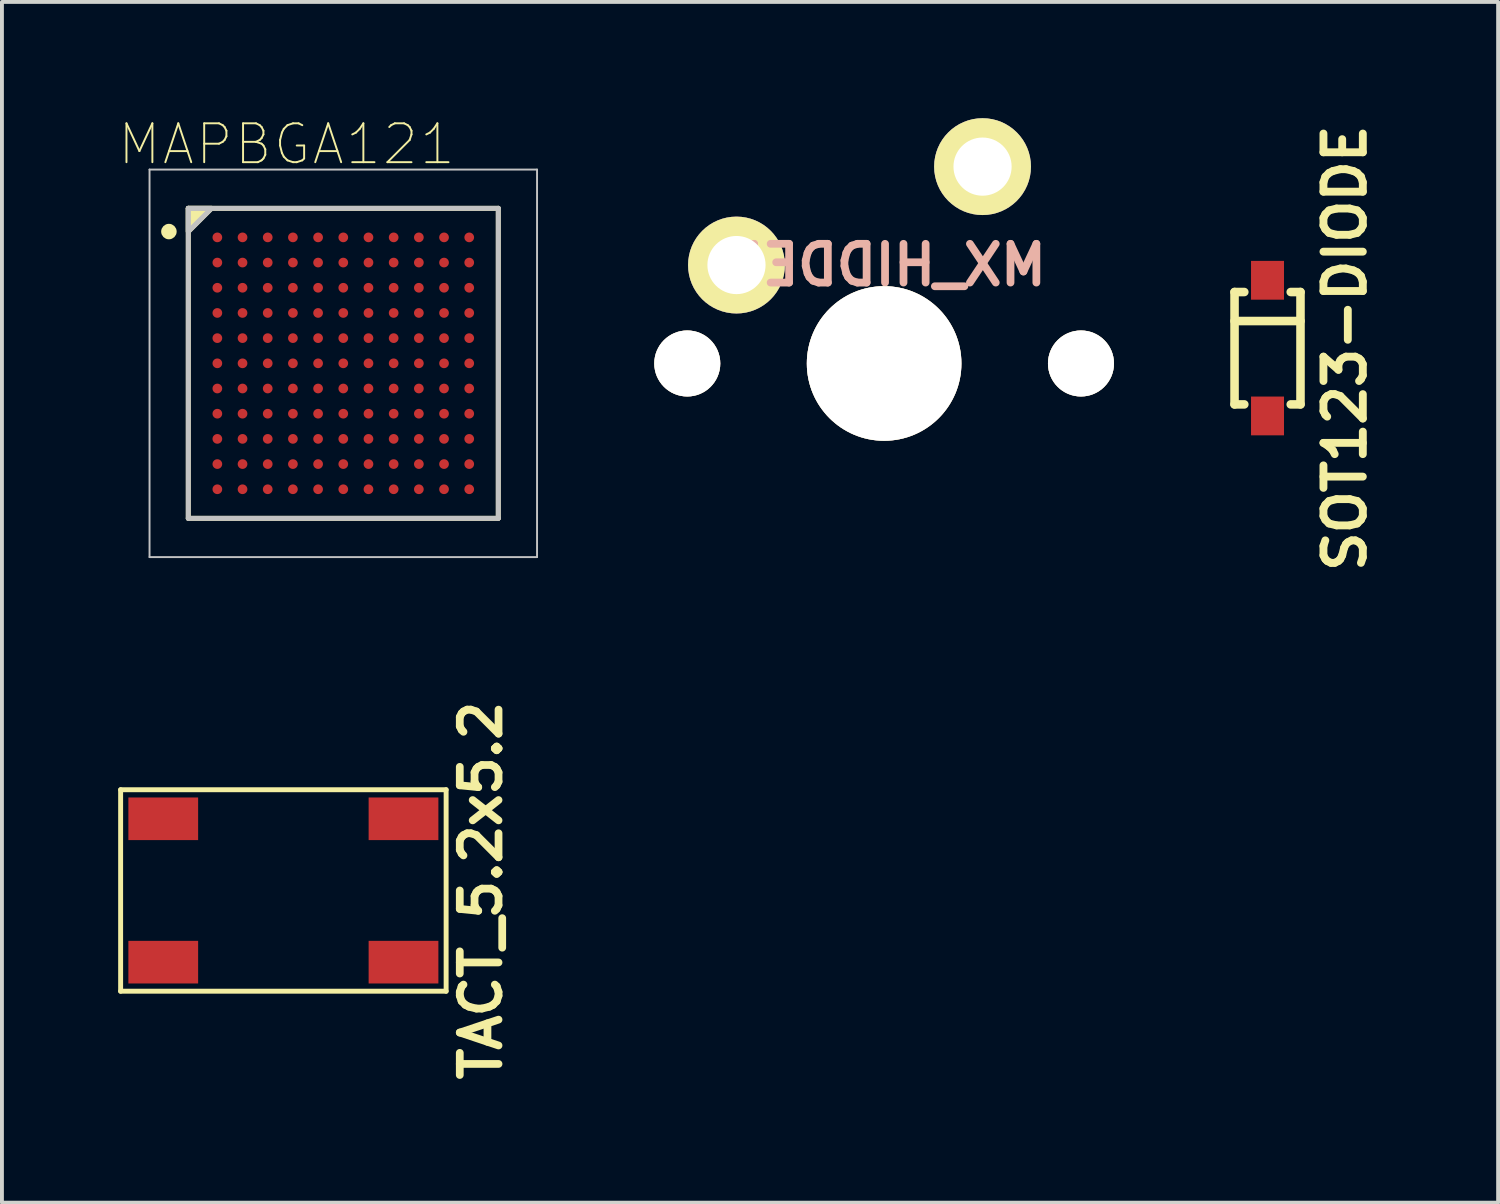
<source format=kicad_pcb>
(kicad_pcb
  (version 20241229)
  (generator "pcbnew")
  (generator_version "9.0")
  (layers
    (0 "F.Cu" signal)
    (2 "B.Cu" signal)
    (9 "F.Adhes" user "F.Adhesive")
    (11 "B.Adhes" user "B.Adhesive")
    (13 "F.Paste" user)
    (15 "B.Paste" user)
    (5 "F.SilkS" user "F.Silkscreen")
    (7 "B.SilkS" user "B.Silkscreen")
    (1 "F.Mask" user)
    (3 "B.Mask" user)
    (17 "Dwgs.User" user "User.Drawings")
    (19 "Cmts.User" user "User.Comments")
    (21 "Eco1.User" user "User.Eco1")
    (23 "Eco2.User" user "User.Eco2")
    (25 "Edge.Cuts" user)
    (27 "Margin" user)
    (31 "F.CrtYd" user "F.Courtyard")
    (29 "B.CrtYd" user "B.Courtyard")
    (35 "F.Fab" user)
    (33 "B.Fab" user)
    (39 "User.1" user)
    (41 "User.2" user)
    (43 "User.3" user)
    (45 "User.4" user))
  (footprint "SOT123-DIODE"
    (layer "F.Cu")
    (at 29.66 5.936)
    (property "Reference" "SOT123-DIODE" (at 2 0 90) (layer "F.SilkS") (effects (font (size 1.016 1.016) (thickness 0.203))))
    (attr through_hole)
    (fp_line (start -0.851 -1.45) (end -0.599 -1.45) (stroke (width 0.221) (type solid)) (layer "F.SilkS"))
    (fp_line (start -0.851 -0.701) (end 0.851 -0.701) (stroke (width 0.221) (type solid)) (layer "F.SilkS"))
    (fp_line (start -0.851 1.45) (end -0.851 -1.45) (stroke (width 0.221) (type solid)) (layer "F.SilkS"))
    (fp_line (start -0.851 1.45) (end -0.599 1.45) (stroke (width 0.221) (type solid)) (layer "F.SilkS"))
    (fp_line (start 0.851 -1.45) (end 0.599 -1.45) (stroke (width 0.221) (type solid)) (layer "F.SilkS"))
    (fp_line (start 0.851 1.45) (end 0.599 1.45) (stroke (width 0.221) (type solid)) (layer "F.SilkS"))
    (fp_line (start 0.851 1.45) (end 0.851 -1.45) (stroke (width 0.221) (type solid)) (layer "F.SilkS"))
    (pad "1" smd rect (at 0 1.748 270) (size 1.001 0.851) (layers "F.Cu" "F.Mask" "F.Paste"))
    (pad "2" smd rect (at 0 -1.753 270) (size 1.001 0.851) (layers "F.Cu" "F.Mask" "F.Paste")))
  (footprint "MX_HIDDEN"
    (layer "F.Cu")
    (at 19.766 6.33)
    (property "Reference" "MX_HIDDEN" (at 0 -2.54 0) (layer "B.SilkS") (effects (font (size 1 1) (thickness 0.2)) (justify mirror)))
    (attr through_hole)
    (pad "" np_thru_hole circle (at -5.08 0) (size 1.704 1.704) (drill 1.702) (layers "*.Cu" "*.Mask" "F.SilkS"))
    (pad "" np_thru_hole circle (at 0 0) (size 3.99 3.99) (drill 3.988) (layers "*.Cu" "*.Mask" "F.SilkS"))
    (pad "" np_thru_hole circle (at 5.08 0) (size 1.704 1.704) (drill 1.702) (layers "*.Cu" "*.Mask" "F.SilkS"))
    (pad "1" thru_hole circle (at -3.81 -2.54) (size 2.499 2.499) (drill 1.501) (layers "*.Cu" "*.Mask" "F.SilkS"))
    (pad "2" thru_hole circle (at 2.54 -5.08) (size 2.499 2.499) (drill 1.501) (layers "*.Cu" "*.Mask" "F.SilkS")))
  (footprint "MAPBGA121"
    (layer "F.Cu")
    (at 5.809 6.326)
    (property "Reference" "MAPBGA121" (at -1.464 -5.652 0) (layer "F.SilkS") (effects (font (size 1.003 1.003) (thickness 0.05))))
    (attr smd)
    (fp_line (start -4 -4) (end 4 -4) (stroke (width 0.127) (type solid)) (layer "F.SilkS"))
    (fp_line (start -4 4) (end -4 -4) (stroke (width 0.127) (type solid)) (layer "F.SilkS"))
    (fp_line (start 4 -4) (end 4 4) (stroke (width 0.127) (type solid)) (layer "F.SilkS"))
    (fp_line (start 4 4) (end -4 4) (stroke (width 0.127) (type solid)) (layer "F.SilkS"))
    (fp_circle (center -4.5 -3.4) (end -4.4 -3.4) (stroke (width 0.2) (type solid)) (fill no) (layer "F.SilkS"))
    (fp_poly (pts (xy -4 -3.4) (xy -3.4 -4) (xy -4 -4)) (stroke (width 0.127) (type solid)) (fill yes) (layer "F.SilkS"))
    (fp_line (start -5 -5) (end 5 -5) (stroke (width 0.05) (type solid)) (layer "Dwgs.User"))
    (fp_line (start -5 5) (end -5 -5) (stroke (width 0.05) (type solid)) (layer "Dwgs.User"))
    (fp_line (start -4 -4) (end 4 -4) (stroke (width 0.127) (type solid)) (layer "Dwgs.User"))
    (fp_line (start -4 4) (end -4 -4) (stroke (width 0.127) (type solid)) (layer "Dwgs.User"))
    (fp_line (start 4 -4) (end 4 4) (stroke (width 0.127) (type solid)) (layer "Dwgs.User"))
    (fp_line (start 4 4) (end -4 4) (stroke (width 0.127) (type solid)) (layer "Dwgs.User"))
    (fp_line (start 5 -5) (end 5 5) (stroke (width 0.05) (type solid)) (layer "Dwgs.User"))
    (fp_line (start 5 5) (end -5 5) (stroke (width 0.05) (type solid)) (layer "Dwgs.User"))
    (fp_poly (pts (xy -3.4 -4) (xy -4 -3.4) (xy -4 -4)) (stroke (width 0.127) (type solid)) (fill no) (layer "Dwgs.User"))
    (pad "A1" smd circle (at -3.25 -3.25) (size 0.25 0.25) (layers "F.Cu" "F.Mask" "F.Paste"))
    (pad "A2" smd circle (at -2.6 -3.25) (size 0.25 0.25) (layers "F.Cu" "F.Mask" "F.Paste"))
    (pad "A3" smd circle (at -1.95 -3.25) (size 0.25 0.25) (layers "F.Cu" "F.Mask" "F.Paste"))
    (pad "A4" smd circle (at -1.3 -3.25) (size 0.25 0.25) (layers "F.Cu" "F.Mask" "F.Paste"))
    (pad "A5" smd circle (at -0.65 -3.25) (size 0.25 0.25) (layers "F.Cu" "F.Mask" "F.Paste"))
    (pad "A6" smd circle (at 0 -3.25) (size 0.25 0.25) (layers "F.Cu" "F.Mask" "F.Paste"))
    (pad "A7" smd circle (at 0.65 -3.25) (size 0.25 0.25) (layers "F.Cu" "F.Mask" "F.Paste"))
    (pad "A8" smd circle (at 1.3 -3.25) (size 0.25 0.25) (layers "F.Cu" "F.Mask" "F.Paste"))
    (pad "A9" smd circle (at 1.95 -3.25) (size 0.25 0.25) (layers "F.Cu" "F.Mask" "F.Paste"))
    (pad "A10" smd circle (at 2.6 -3.25) (size 0.25 0.25) (layers "F.Cu" "F.Mask" "F.Paste"))
    (pad "A11" smd circle (at 3.25 -3.25) (size 0.25 0.25) (layers "F.Cu" "F.Mask" "F.Paste"))
    (pad "B1" smd circle (at -3.25 -2.6) (size 0.25 0.25) (layers "F.Cu" "F.Mask" "F.Paste"))
    (pad "B2" smd circle (at -2.6 -2.6) (size 0.25 0.25) (layers "F.Cu" "F.Mask" "F.Paste"))
    (pad "B3" smd circle (at -1.95 -2.6) (size 0.25 0.25) (layers "F.Cu" "F.Mask" "F.Paste"))
    (pad "B4" smd circle (at -1.3 -2.6) (size 0.25 0.25) (layers "F.Cu" "F.Mask" "F.Paste"))
    (pad "B5" smd circle (at -0.65 -2.6) (size 0.25 0.25) (layers "F.Cu" "F.Mask" "F.Paste"))
    (pad "B6" smd circle (at 0 -2.6) (size 0.25 0.25) (layers "F.Cu" "F.Mask" "F.Paste"))
    (pad "B7" smd circle (at 0.65 -2.6) (size 0.25 0.25) (layers "F.Cu" "F.Mask" "F.Paste"))
    (pad "B8" smd circle (at 1.3 -2.6) (size 0.25 0.25) (layers "F.Cu" "F.Mask" "F.Paste"))
    (pad "B9" smd circle (at 1.95 -2.6) (size 0.25 0.25) (layers "F.Cu" "F.Mask" "F.Paste"))
    (pad "B10" smd circle (at 2.6 -2.6) (size 0.25 0.25) (layers "F.Cu" "F.Mask" "F.Paste"))
    (pad "B11" smd circle (at 3.25 -2.6) (size 0.25 0.25) (layers "F.Cu" "F.Mask" "F.Paste"))
    (pad "C1" smd circle (at -3.25 -1.95) (size 0.25 0.25) (layers "F.Cu" "F.Mask" "F.Paste"))
    (pad "C2" smd circle (at -2.6 -1.95) (size 0.25 0.25) (layers "F.Cu" "F.Mask" "F.Paste"))
    (pad "C3" smd circle (at -1.95 -1.95) (size 0.25 0.25) (layers "F.Cu" "F.Mask" "F.Paste"))
    (pad "C4" smd circle (at -1.3 -1.95) (size 0.25 0.25) (layers "F.Cu" "F.Mask" "F.Paste"))
    (pad "C5" smd circle (at -0.65 -1.95) (size 0.25 0.25) (layers "F.Cu" "F.Mask" "F.Paste"))
    (pad "C6" smd circle (at 0 -1.95) (size 0.25 0.25) (layers "F.Cu" "F.Mask" "F.Paste"))
    (pad "C7" smd circle (at 0.65 -1.95) (size 0.25 0.25) (layers "F.Cu" "F.Mask" "F.Paste"))
    (pad "C8" smd circle (at 1.3 -1.95) (size 0.25 0.25) (layers "F.Cu" "F.Mask" "F.Paste"))
    (pad "C9" smd circle (at 1.95 -1.95) (size 0.25 0.25) (layers "F.Cu" "F.Mask" "F.Paste"))
    (pad "C10" smd circle (at 2.6 -1.95) (size 0.25 0.25) (layers "F.Cu" "F.Mask" "F.Paste"))
    (pad "C11" smd circle (at 3.25 -1.95) (size 0.25 0.25) (layers "F.Cu" "F.Mask" "F.Paste"))
    (pad "D1" smd circle (at -3.25 -1.3) (size 0.25 0.25) (layers "F.Cu" "F.Mask" "F.Paste"))
    (pad "D2" smd circle (at -2.6 -1.3) (size 0.25 0.25) (layers "F.Cu" "F.Mask" "F.Paste"))
    (pad "D3" smd circle (at -1.95 -1.3) (size 0.25 0.25) (layers "F.Cu" "F.Mask" "F.Paste"))
    (pad "D4" smd circle (at -1.3 -1.3) (size 0.25 0.25) (layers "F.Cu" "F.Mask" "F.Paste"))
    (pad "D5" smd circle (at -0.65 -1.3) (size 0.25 0.25) (layers "F.Cu" "F.Mask" "F.Paste"))
    (pad "D6" smd circle (at 0 -1.3) (size 0.25 0.25) (layers "F.Cu" "F.Mask" "F.Paste"))
    (pad "D7" smd circle (at 0.65 -1.3) (size 0.25 0.25) (layers "F.Cu" "F.Mask" "F.Paste"))
    (pad "D8" smd circle (at 1.3 -1.3) (size 0.25 0.25) (layers "F.Cu" "F.Mask" "F.Paste"))
    (pad "D9" smd circle (at 1.95 -1.3) (size 0.25 0.25) (layers "F.Cu" "F.Mask" "F.Paste"))
    (pad "D10" smd circle (at 2.6 -1.3) (size 0.25 0.25) (layers "F.Cu" "F.Mask" "F.Paste"))
    (pad "D11" smd circle (at 3.25 -1.3) (size 0.25 0.25) (layers "F.Cu" "F.Mask" "F.Paste"))
    (pad "E1" smd circle (at -3.25 -0.65) (size 0.25 0.25) (layers "F.Cu" "F.Mask" "F.Paste"))
    (pad "E2" smd circle (at -2.6 -0.65) (size 0.25 0.25) (layers "F.Cu" "F.Mask" "F.Paste"))
    (pad "E3" smd circle (at -1.95 -0.65) (size 0.25 0.25) (layers "F.Cu" "F.Mask" "F.Paste"))
    (pad "E4" smd circle (at -1.3 -0.65) (size 0.25 0.25) (layers "F.Cu" "F.Mask" "F.Paste"))
    (pad "E5" smd circle (at -0.65 -0.65) (size 0.25 0.25) (layers "F.Cu" "F.Mask" "F.Paste"))
    (pad "E6" smd circle (at 0 -0.65) (size 0.25 0.25) (layers "F.Cu" "F.Mask" "F.Paste"))
    (pad "E7" smd circle (at 0.65 -0.65) (size 0.25 0.25) (layers "F.Cu" "F.Mask" "F.Paste"))
    (pad "E8" smd circle (at 1.3 -0.65) (size 0.25 0.25) (layers "F.Cu" "F.Mask" "F.Paste"))
    (pad "E9" smd circle (at 1.95 -0.65) (size 0.25 0.25) (layers "F.Cu" "F.Mask" "F.Paste"))
    (pad "E10" smd circle (at 2.6 -0.65) (size 0.25 0.25) (layers "F.Cu" "F.Mask" "F.Paste"))
    (pad "E11" smd circle (at 3.25 -0.65) (size 0.25 0.25) (layers "F.Cu" "F.Mask" "F.Paste"))
    (pad "F1" smd circle (at -3.25 0) (size 0.25 0.25) (layers "F.Cu" "F.Mask" "F.Paste"))
    (pad "F2" smd circle (at -2.6 0) (size 0.25 0.25) (layers "F.Cu" "F.Mask" "F.Paste"))
    (pad "F3" smd circle (at -1.95 0) (size 0.25 0.25) (layers "F.Cu" "F.Mask" "F.Paste"))
    (pad "F4" smd circle (at -1.3 0) (size 0.25 0.25) (layers "F.Cu" "F.Mask" "F.Paste"))
    (pad "F5" smd circle (at -0.65 0) (size 0.25 0.25) (layers "F.Cu" "F.Mask" "F.Paste"))
    (pad "F6" smd circle (at 0 0) (size 0.25 0.25) (layers "F.Cu" "F.Mask" "F.Paste"))
    (pad "F7" smd circle (at 0.65 0) (size 0.25 0.25) (layers "F.Cu" "F.Mask" "F.Paste"))
    (pad "F8" smd circle (at 1.3 0) (size 0.25 0.25) (layers "F.Cu" "F.Mask" "F.Paste"))
    (pad "F9" smd circle (at 1.95 0) (size 0.25 0.25) (layers "F.Cu" "F.Mask" "F.Paste"))
    (pad "F10" smd circle (at 2.6 0) (size 0.25 0.25) (layers "F.Cu" "F.Mask" "F.Paste"))
    (pad "F11" smd circle (at 3.25 0) (size 0.25 0.25) (layers "F.Cu" "F.Mask" "F.Paste"))
    (pad "G1" smd circle (at -3.25 0.65) (size 0.25 0.25) (layers "F.Cu" "F.Mask" "F.Paste"))
    (pad "G2" smd circle (at -2.6 0.65) (size 0.25 0.25) (layers "F.Cu" "F.Mask" "F.Paste"))
    (pad "G3" smd circle (at -1.95 0.65) (size 0.25 0.25) (layers "F.Cu" "F.Mask" "F.Paste"))
    (pad "G4" smd circle (at -1.3 0.65) (size 0.25 0.25) (layers "F.Cu" "F.Mask" "F.Paste"))
    (pad "G5" smd circle (at -0.65 0.65) (size 0.25 0.25) (layers "F.Cu" "F.Mask" "F.Paste"))
    (pad "G6" smd circle (at 0 0.65) (size 0.25 0.25) (layers "F.Cu" "F.Mask" "F.Paste"))
    (pad "G7" smd circle (at 0.65 0.65) (size 0.25 0.25) (layers "F.Cu" "F.Mask" "F.Paste"))
    (pad "G8" smd circle (at 1.3 0.65) (size 0.25 0.25) (layers "F.Cu" "F.Mask" "F.Paste"))
    (pad "G9" smd circle (at 1.95 0.65) (size 0.25 0.25) (layers "F.Cu" "F.Mask" "F.Paste"))
    (pad "G10" smd circle (at 2.6 0.65) (size 0.25 0.25) (layers "F.Cu" "F.Mask" "F.Paste"))
    (pad "G11" smd circle (at 3.25 0.65) (size 0.25 0.25) (layers "F.Cu" "F.Mask" "F.Paste"))
    (pad "H1" smd circle (at -3.25 1.3) (size 0.25 0.25) (layers "F.Cu" "F.Mask" "F.Paste"))
    (pad "H2" smd circle (at -2.6 1.3) (size 0.25 0.25) (layers "F.Cu" "F.Mask" "F.Paste"))
    (pad "H3" smd circle (at -1.95 1.3) (size 0.25 0.25) (layers "F.Cu" "F.Mask" "F.Paste"))
    (pad "H4" smd circle (at -1.3 1.3) (size 0.25 0.25) (layers "F.Cu" "F.Mask" "F.Paste"))
    (pad "H5" smd circle (at -0.65 1.3) (size 0.25 0.25) (layers "F.Cu" "F.Mask" "F.Paste"))
    (pad "H6" smd circle (at 0 1.3) (size 0.25 0.25) (layers "F.Cu" "F.Mask" "F.Paste"))
    (pad "H7" smd circle (at 0.65 1.3) (size 0.25 0.25) (layers "F.Cu" "F.Mask" "F.Paste"))
    (pad "H8" smd circle (at 1.3 1.3) (size 0.25 0.25) (layers "F.Cu" "F.Mask" "F.Paste"))
    (pad "H9" smd circle (at 1.95 1.3) (size 0.25 0.25) (layers "F.Cu" "F.Mask" "F.Paste"))
    (pad "H10" smd circle (at 2.6 1.3) (size 0.25 0.25) (layers "F.Cu" "F.Mask" "F.Paste"))
    (pad "H11" smd circle (at 3.25 1.3) (size 0.25 0.25) (layers "F.Cu" "F.Mask" "F.Paste"))
    (pad "J1" smd circle (at -3.25 1.95) (size 0.25 0.25) (layers "F.Cu" "F.Mask" "F.Paste"))
    (pad "J2" smd circle (at -2.6 1.95) (size 0.25 0.25) (layers "F.Cu" "F.Mask" "F.Paste"))
    (pad "J3" smd circle (at -1.95 1.95) (size 0.25 0.25) (layers "F.Cu" "F.Mask" "F.Paste"))
    (pad "J4" smd circle (at -1.3 1.95) (size 0.25 0.25) (layers "F.Cu" "F.Mask" "F.Paste"))
    (pad "J5" smd circle (at -0.65 1.95) (size 0.25 0.25) (layers "F.Cu" "F.Mask" "F.Paste"))
    (pad "J6" smd circle (at 0 1.95) (size 0.25 0.25) (layers "F.Cu" "F.Mask" "F.Paste"))
    (pad "J7" smd circle (at 0.65 1.95) (size 0.25 0.25) (layers "F.Cu" "F.Mask" "F.Paste"))
    (pad "J8" smd circle (at 1.3 1.95) (size 0.25 0.25) (layers "F.Cu" "F.Mask" "F.Paste"))
    (pad "J9" smd circle (at 1.95 1.95) (size 0.25 0.25) (layers "F.Cu" "F.Mask" "F.Paste"))
    (pad "J10" smd circle (at 2.6 1.95) (size 0.25 0.25) (layers "F.Cu" "F.Mask" "F.Paste"))
    (pad "J11" smd circle (at 3.25 1.95) (size 0.25 0.25) (layers "F.Cu" "F.Mask" "F.Paste"))
    (pad "K1" smd circle (at -3.25 2.6) (size 0.25 0.25) (layers "F.Cu" "F.Mask" "F.Paste"))
    (pad "K2" smd circle (at -2.6 2.6) (size 0.25 0.25) (layers "F.Cu" "F.Mask" "F.Paste"))
    (pad "K3" smd circle (at -1.95 2.6) (size 0.25 0.25) (layers "F.Cu" "F.Mask" "F.Paste"))
    (pad "K4" smd circle (at -1.3 2.6) (size 0.25 0.25) (layers "F.Cu" "F.Mask" "F.Paste"))
    (pad "K5" smd circle (at -0.65 2.6) (size 0.25 0.25) (layers "F.Cu" "F.Mask" "F.Paste"))
    (pad "K6" smd circle (at 0 2.6) (size 0.25 0.25) (layers "F.Cu" "F.Mask" "F.Paste"))
    (pad "K7" smd circle (at 0.65 2.6) (size 0.25 0.25) (layers "F.Cu" "F.Mask" "F.Paste"))
    (pad "K8" smd circle (at 1.3 2.6) (size 0.25 0.25) (layers "F.Cu" "F.Mask" "F.Paste"))
    (pad "K9" smd circle (at 1.95 2.6) (size 0.25 0.25) (layers "F.Cu" "F.Mask" "F.Paste"))
    (pad "K10" smd circle (at 2.6 2.6) (size 0.25 0.25) (layers "F.Cu" "F.Mask" "F.Paste"))
    (pad "K11" smd circle (at 3.25 2.6) (size 0.25 0.25) (layers "F.Cu" "F.Mask" "F.Paste"))
    (pad "L1" smd circle (at -3.25 3.25) (size 0.25 0.25) (layers "F.Cu" "F.Mask" "F.Paste"))
    (pad "L2" smd circle (at -2.6 3.25) (size 0.25 0.25) (layers "F.Cu" "F.Mask" "F.Paste"))
    (pad "L3" smd circle (at -1.95 3.25) (size 0.25 0.25) (layers "F.Cu" "F.Mask" "F.Paste"))
    (pad "L4" smd circle (at -1.3 3.25) (size 0.25 0.25) (layers "F.Cu" "F.Mask" "F.Paste"))
    (pad "L5" smd circle (at -0.65 3.25) (size 0.25 0.25) (layers "F.Cu" "F.Mask" "F.Paste"))
    (pad "L6" smd circle (at 0 3.25) (size 0.25 0.25) (layers "F.Cu" "F.Mask" "F.Paste"))
    (pad "L7" smd circle (at 0.65 3.25) (size 0.25 0.25) (layers "F.Cu" "F.Mask" "F.Paste"))
    (pad "L8" smd circle (at 1.3 3.25) (size 0.25 0.25) (layers "F.Cu" "F.Mask" "F.Paste"))
    (pad "L9" smd circle (at 1.95 3.25) (size 0.25 0.25) (layers "F.Cu" "F.Mask" "F.Paste"))
    (pad "L10" smd circle (at 2.6 3.25) (size 0.25 0.25) (layers "F.Cu" "F.Mask" "F.Paste"))
    (pad "L11" smd circle (at 3.25 3.25) (size 0.25 0.25) (layers "F.Cu" "F.Mask" "F.Paste")))
  (footprint "TACT_5.2x5.2"
    (layer "F.Cu")
    (at 4.263 19.93)
    (property "Reference" "TACT_5.2x5.2" (at 5.1 0 90) (layer "F.SilkS") (effects (font (size 1 1) (thickness 0.2))))
    (attr smd)
    (fp_line (start -4.2 -2.6) (end 4.2 -2.6) (stroke (width 0.127) (type solid)) (layer "F.SilkS"))
    (fp_line (start -4.2 2.6) (end -4.2 -2.6) (stroke (width 0.127) (type solid)) (layer "F.SilkS"))
    (fp_line (start 4.2 -2.6) (end 4.2 2.6) (stroke (width 0.127) (type solid)) (layer "F.SilkS"))
    (fp_line (start 4.2 2.6) (end -4.2 2.6) (stroke (width 0.127) (type solid)) (layer "F.SilkS"))
    (pad "1" smd rect (at -3.1 -1.85) (size 1.8 1.1) (layers "F.Cu" "F.Mask" "F.Paste"))
    (pad "2" smd rect (at 3.1 -1.85) (size 1.8 1.1) (layers "F.Cu" "F.Mask" "F.Paste"))
    (pad "3" smd rect (at -3.1 1.85) (size 1.8 1.1) (layers "F.Cu" "F.Mask" "F.Paste"))
    (pad "4" smd rect (at 3.1 1.85) (size 1.8 1.1) (layers "F.Cu" "F.Mask" "F.Paste")))
  (gr_rect
    (start -3 -3)
    (end 35.611 27.987)
    (stroke (width 0.1) (type default))
    (fill no)
    (layer "Edge.Cuts")))
</source>
